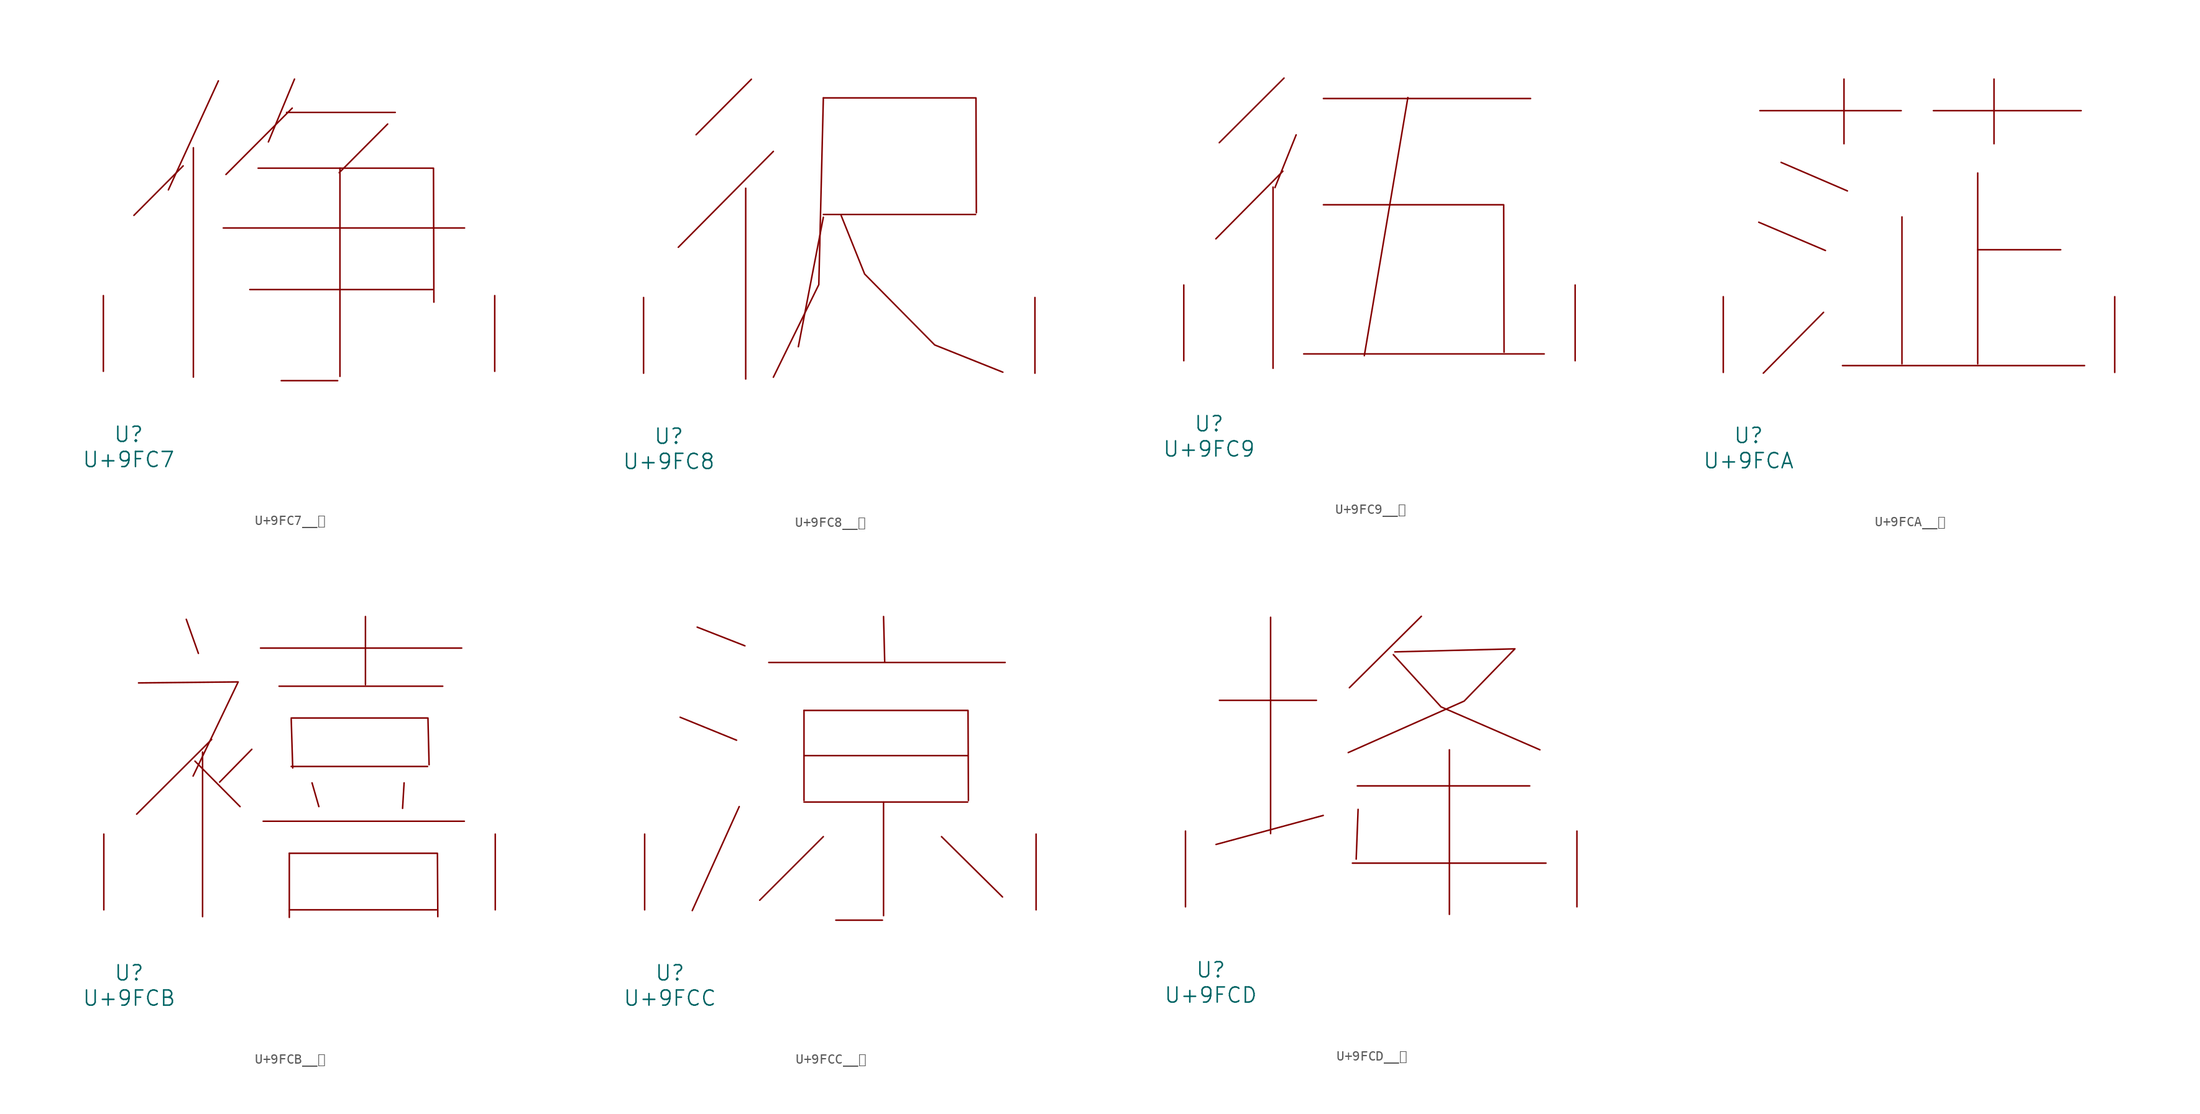
<source format=kicad_sym>
(kicad_symbol_lib
  (version 20231120)
  (generator "kicad_symbol_editor")
  (generator_version "8.0")
  (symbol "U+9FC7__鿇"
    (pin_names
      (offset 1.016))
    (property "Reference" "U"
      (at 0 -6.35 0)
      (effects (font (size 1.524 1.524))))
    (property "Value" "U+9FC7"
      (at 0 -8.89 0)
      (effects (font (size 1.524 1.524))))
    (symbol "U+9FC7__鿇_0_1"
      (polyline (pts (xy 5.486 20.676) (xy 0.533 15.697)) (stroke (width 0) (type solid)) (fill (type none)))
      (polyline (pts (xy 6.515 22.504) (xy 6.515 -0.584)) (stroke (width 0) (type solid)) (fill (type none)))
      (polyline (pts (xy 9.03 29.235) (xy 4 18.263)) (stroke (width 0) (type solid)) (fill (type none)))
      (polyline (pts (xy 9.525 14.427) (xy 33.795 14.427)) (stroke (width 0) (type solid)) (fill (type none)))
      (polyline (pts (xy 12.192 8.23) (xy 30.594 8.23)) (stroke (width 0) (type solid)) (fill (type none)))
      (polyline (pts (xy 15.354 -0.94) (xy 21.031 -0.94)) (stroke (width 0) (type solid)) (fill (type none)))
      (polyline (pts (xy 15.888 26.06) (xy 26.822 26.06)) (stroke (width 0) (type solid)) (fill (type none)))
      (polyline (pts (xy 16.459 26.492) (xy 9.792 19.812)) (stroke (width 0) (type solid)) (fill (type none)))
      (polyline (pts (xy 16.688 29.413) (xy 14.059 23.089)) (stroke (width 0) (type solid)) (fill (type none)))
      (polyline (pts (xy 21.26 20.447) (xy 21.26 -0.508)) (stroke (width 0) (type solid)) (fill (type none)))
      (polyline (pts (xy 26.06 24.892) (xy 21.184 19.99)) (stroke (width 0) (type solid)) (fill (type none)))
      (polyline (pts (xy 13.03 20.447) (xy 30.671 20.447) (xy 30.709 6.96)) (stroke (width 0) (type solid)) (fill (type none)))
      (pin input line (at -2.54 0 90) (length 7.62) (name "~" (effects (font (size 1.27 1.27)))) (number "~" (effects (font (size 1.27 1.27)))))
      (pin input line (at 36.83 0 90) (length 7.62) (name "~" (effects (font (size 1.27 1.27)))) (number "~" (effects (font (size 1.27 1.27)))))))
  (symbol "U+9FC8__鿈"
    (pin_names
      (offset 1.016))
    (property "Reference" "U"
      (at 0 -6.35 0)
      (effects (font (size 1.524 1.524))))
    (property "Value" "U+9FC8"
      (at 0 -8.89 0)
      (effects (font (size 1.524 1.524))))
    (symbol "U+9FC8__鿈_0_1"
      (polyline (pts (xy 7.734 18.618) (xy 7.734 -0.584)) (stroke (width 0) (type solid)) (fill (type none)))
      (polyline (pts (xy 8.306 29.591) (xy 2.743 24.003)) (stroke (width 0) (type solid)) (fill (type none)))
      (polyline (pts (xy 10.516 22.327) (xy 0.953 12.675)) (stroke (width 0) (type solid)) (fill (type none)))
      (polyline (pts (xy 15.545 15.697) (xy 13.03 2.667)) (stroke (width 0) (type solid)) (fill (type none)))
      (polyline (pts (xy 15.545 15.977) (xy 30.861 15.977)) (stroke (width 0) (type solid)) (fill (type none)))
      (polyline (pts (xy 15.545 27.711) (xy 15.088 8.915) (xy 10.516 -0.406)) (stroke (width 0) (type solid)) (fill (type none)))
      (polyline (pts (xy 15.545 27.711) (xy 30.899 27.711) (xy 30.937 16.154)) (stroke (width 0) (type solid)) (fill (type none)))
      (polyline (pts (xy 17.335 15.875) (xy 19.698 9.982) (xy 26.746 2.845) (xy 33.604 0.102)) (stroke (width 0) (type solid)) (fill (type none)))
      (pin input line (at -2.54 0 90) (length 7.62) (name "~" (effects (font (size 1.27 1.27)))) (number "~" (effects (font (size 1.27 1.27)))))
      (pin input line (at 36.83 0 90) (length 7.62) (name "~" (effects (font (size 1.27 1.27)))) (number "~" (effects (font (size 1.27 1.27)))))))
  (symbol "U+9FC9__鿉"
    (pin_names
      (offset 1.016))
    (property "Reference" "U"
      (at 0 -6.35 0)
      (effects (font (size 1.524 1.524))))
    (property "Value" "U+9FC9"
      (at 0 -8.89 0)
      (effects (font (size 1.524 1.524))))
    (symbol "U+9FC9__鿉_0_1"
      (polyline (pts (xy 6.439 17.475) (xy 6.439 -0.762)) (stroke (width 0) (type solid)) (fill (type none)))
      (polyline (pts (xy 7.429 19.075) (xy 0.686 12.268)) (stroke (width 0) (type solid)) (fill (type none)))
      (polyline (pts (xy 7.544 28.448) (xy 1.029 21.946)) (stroke (width 0) (type solid)) (fill (type none)))
      (polyline (pts (xy 8.763 22.733) (xy 6.629 17.424)) (stroke (width 0) (type solid)) (fill (type none)))
      (polyline (pts (xy 9.525 0.686) (xy 33.718 0.686)) (stroke (width 0) (type solid)) (fill (type none)))
      (polyline (pts (xy 11.506 26.391) (xy 32.347 26.391)) (stroke (width 0) (type solid)) (fill (type none)))
      (polyline (pts (xy 20.003 26.492) (xy 15.621 0.508)) (stroke (width 0) (type solid)) (fill (type none)))
      (polyline (pts (xy 11.506 15.697) (xy 29.642 15.697) (xy 29.68 0.864)) (stroke (width 0) (type solid)) (fill (type none)))
      (pin input line (at -2.54 0 90) (length 7.62) (name "~" (effects (font (size 1.27 1.27)))) (number "~" (effects (font (size 1.27 1.27)))))
      (pin input line (at 36.83 0 90) (length 7.62) (name "~" (effects (font (size 1.27 1.27)))) (number "~" (effects (font (size 1.27 1.27)))))))
  (symbol "U+9FCA__鿊"
    (pin_names
      (offset 1.016))
    (property "Reference" "U"
      (at 0 -6.35 0)
      (effects (font (size 1.524 1.524))))
    (property "Value" "U+9FCA"
      (at 0 -8.89 0)
      (effects (font (size 1.524 1.524))))
    (symbol "U+9FCA__鿊_0_1"
      (polyline (pts (xy 1.029 15.113) (xy 7.734 12.268)) (stroke (width 0) (type solid)) (fill (type none)))
      (polyline (pts (xy 1.143 26.34) (xy 15.354 26.34)) (stroke (width 0) (type solid)) (fill (type none)))
      (polyline (pts (xy 3.277 21.133) (xy 9.944 18.263)) (stroke (width 0) (type solid)) (fill (type none)))
      (polyline (pts (xy 7.544 6.045) (xy 1.486 -0.076)) (stroke (width 0) (type solid)) (fill (type none)))
      (polyline (pts (xy 9.449 0.686) (xy 33.795 0.686)) (stroke (width 0) (type solid)) (fill (type none)))
      (polyline (pts (xy 9.601 29.515) (xy 9.601 23.012)) (stroke (width 0) (type solid)) (fill (type none)))
      (polyline (pts (xy 15.431 15.646) (xy 15.431 0.864)) (stroke (width 0) (type solid)) (fill (type none)))
      (polyline (pts (xy 18.593 26.34) (xy 33.452 26.34)) (stroke (width 0) (type solid)) (fill (type none)))
      (polyline (pts (xy 23.05 12.344) (xy 31.394 12.344)) (stroke (width 0) (type solid)) (fill (type none)))
      (polyline (pts (xy 23.05 20.066) (xy 23.05 0.864)) (stroke (width 0) (type solid)) (fill (type none)))
      (polyline (pts (xy 24.689 29.515) (xy 24.689 23.012)) (stroke (width 0) (type solid)) (fill (type none)))
      (pin input line (at -2.54 0 90) (length 7.62) (name "~" (effects (font (size 1.27 1.27)))) (number "~" (effects (font (size 1.27 1.27)))))
      (pin input line (at 36.83 0 90) (length 7.62) (name "~" (effects (font (size 1.27 1.27)))) (number "~" (effects (font (size 1.27 1.27)))))))
  (symbol "U+9FCB__鿋"
    (pin_names
      (offset 1.016))
    (property "Reference" "U"
      (at 0 -6.35 0)
      (effects (font (size 1.524 1.524))))
    (property "Value" "U+9FCB"
      (at 0 -8.89 0)
      (effects (font (size 1.524 1.524))))
    (symbol "U+9FCB__鿋_0_1"
      (polyline (pts (xy 5.753 29.235) (xy 6.972 25.806)) (stroke (width 0) (type solid)) (fill (type none)))
      (polyline (pts (xy 6.629 14.961) (xy 11.163 10.389)) (stroke (width 0) (type solid)) (fill (type none)))
      (polyline (pts (xy 7.391 15.875) (xy 7.391 -0.686)) (stroke (width 0) (type solid)) (fill (type none)))
      (polyline (pts (xy 8.306 17.145) (xy 0.762 9.627)) (stroke (width 0) (type solid)) (fill (type none)))
      (polyline (pts (xy 12.344 16.154) (xy 9.106 12.852)) (stroke (width 0) (type solid)) (fill (type none)))
      (polyline (pts (xy 13.221 26.34) (xy 33.452 26.34)) (stroke (width 0) (type solid)) (fill (type none)))
      (polyline (pts (xy 13.487 8.915) (xy 33.718 8.915)) (stroke (width 0) (type solid)) (fill (type none)))
      (polyline (pts (xy 15.088 22.504) (xy 31.547 22.504)) (stroke (width 0) (type solid)) (fill (type none)))
      (polyline (pts (xy 16.116 0) (xy 30.937 0)) (stroke (width 0) (type solid)) (fill (type none)))
      (polyline (pts (xy 16.116 5.69) (xy 16.116 -0.762)) (stroke (width 0) (type solid)) (fill (type none)))
      (polyline (pts (xy 16.307 14.427) (xy 30.023 14.427)) (stroke (width 0) (type solid)) (fill (type none)))
      (polyline (pts (xy 16.307 19.202) (xy 16.459 14.275)) (stroke (width 0) (type solid)) (fill (type none)))
      (polyline (pts (xy 18.402 12.776) (xy 19.088 10.389)) (stroke (width 0) (type solid)) (fill (type none)))
      (polyline (pts (xy 23.774 29.515) (xy 23.774 22.657)) (stroke (width 0) (type solid)) (fill (type none)))
      (polyline (pts (xy 27.661 12.776) (xy 27.508 10.211)) (stroke (width 0) (type solid)) (fill (type none)))
      (polyline (pts (xy 0.953 22.835) (xy 10.973 22.936) (xy 6.439 13.462)) (stroke (width 0) (type solid)) (fill (type none)))
      (polyline (pts (xy 16.116 5.69) (xy 31.013 5.69) (xy 31.052 -0.686)) (stroke (width 0) (type solid)) (fill (type none)))
      (polyline (pts (xy 16.307 19.304) (xy 30.061 19.304) (xy 30.175 14.605)) (stroke (width 0) (type solid)) (fill (type none)))
      (pin input line (at -2.54 0 90) (length 7.62) (name "~" (effects (font (size 1.27 1.27)))) (number "~" (effects (font (size 1.27 1.27)))))
      (pin input line (at 36.83 0 90) (length 7.62) (name "~" (effects (font (size 1.27 1.27)))) (number "~" (effects (font (size 1.27 1.27)))))))
  (symbol "U+9FCC__鿌"
    (pin_names
      (offset 1.016))
    (property "Reference" "U"
      (at 0 -6.35 0)
      (effects (font (size 1.524 1.524))))
    (property "Value" "U+9FCC"
      (at 0 -8.89 0)
      (effects (font (size 1.524 1.524))))
    (symbol "U+9FCC__鿌_0_1"
      (polyline (pts (xy 1.029 19.38) (xy 6.706 17.069)) (stroke (width 0) (type solid)) (fill (type none)))
      (polyline (pts (xy 2.743 28.448) (xy 7.544 26.568)) (stroke (width 0) (type solid)) (fill (type none)))
      (polyline (pts (xy 6.972 10.389) (xy 2.248 -0.076)) (stroke (width 0) (type solid)) (fill (type none)))
      (polyline (pts (xy 9.944 24.892) (xy 33.718 24.892)) (stroke (width 0) (type solid)) (fill (type none)))
      (polyline (pts (xy 13.487 10.846) (xy 29.947 10.846)) (stroke (width 0) (type solid)) (fill (type none)))
      (polyline (pts (xy 13.487 15.519) (xy 29.947 15.519)) (stroke (width 0) (type solid)) (fill (type none)))
      (polyline (pts (xy 13.487 20.066) (xy 13.487 10.998)) (stroke (width 0) (type solid)) (fill (type none)))
      (polyline (pts (xy 15.431 7.366) (xy 9.03 0.965)) (stroke (width 0) (type solid)) (fill (type none)))
      (polyline (pts (xy 16.688 -1.041) (xy 21.374 -1.041)) (stroke (width 0) (type solid)) (fill (type none)))
      (polyline (pts (xy 21.488 10.846) (xy 21.488 -0.584)) (stroke (width 0) (type solid)) (fill (type none)))
      (polyline (pts (xy 21.488 29.515) (xy 21.603 24.968)) (stroke (width 0) (type solid)) (fill (type none)))
      (polyline (pts (xy 27.318 7.366) (xy 33.452 1.295)) (stroke (width 0) (type solid)) (fill (type none)))
      (polyline (pts (xy 13.487 20.066) (xy 29.985 20.066) (xy 30.023 10.998)) (stroke (width 0) (type solid)) (fill (type none)))
      (pin input line (at -2.54 0 90) (length 7.62) (name "~" (effects (font (size 1.27 1.27)))) (number "~" (effects (font (size 1.27 1.27)))))
      (pin input line (at 36.83 0 90) (length 7.62) (name "~" (effects (font (size 1.27 1.27)))) (number "~" (effects (font (size 1.27 1.27)))))))
  (symbol "U+9FCD__鿍"
    (pin_names
      (offset 1.016))
    (property "Reference" "U"
      (at 0 -6.35 0)
      (effects (font (size 1.524 1.524))))
    (property "Value" "U+9FCD"
      (at 0 -8.89 0)
      (effects (font (size 1.524 1.524))))
    (symbol "U+9FCD__鿍_0_1"
      (polyline (pts (xy 0.876 20.777) (xy 10.63 20.777)) (stroke (width 0) (type solid)) (fill (type none)))
      (polyline (pts (xy 6.02 29.134) (xy 6.02 7.366)) (stroke (width 0) (type solid)) (fill (type none)))
      (polyline (pts (xy 11.316 9.195) (xy 0.533 6.274)) (stroke (width 0) (type solid)) (fill (type none)))
      (polyline (pts (xy 14.249 4.394) (xy 33.718 4.394)) (stroke (width 0) (type solid)) (fill (type none)))
      (polyline (pts (xy 14.745 12.167) (xy 32.08 12.167)) (stroke (width 0) (type solid)) (fill (type none)))
      (polyline (pts (xy 14.821 9.804) (xy 14.63 4.801)) (stroke (width 0) (type solid)) (fill (type none)))
      (polyline (pts (xy 21.184 29.235) (xy 13.945 22.047)) (stroke (width 0) (type solid)) (fill (type none)))
      (polyline (pts (xy 24.003 15.799) (xy 24.003 -0.762)) (stroke (width 0) (type solid)) (fill (type none)))
      (polyline (pts (xy 18.364 25.375) (xy 23.165 20.117) (xy 33.109 15.799)) (stroke (width 0) (type solid)) (fill (type none)))
      (polyline (pts (xy 18.517 25.654) (xy 30.594 25.959) (xy 25.489 20.701) (xy 13.83 15.519)) (stroke (width 0) (type solid)) (fill (type none)))
      (pin input line (at -2.54 0 90) (length 7.62) (name "~" (effects (font (size 1.27 1.27)))) (number "~" (effects (font (size 1.27 1.27)))))
      (pin input line (at 36.83 0 90) (length 7.62) (name "~" (effects (font (size 1.27 1.27)))) (number "~" (effects (font (size 1.27 1.27))))))))
</source>
